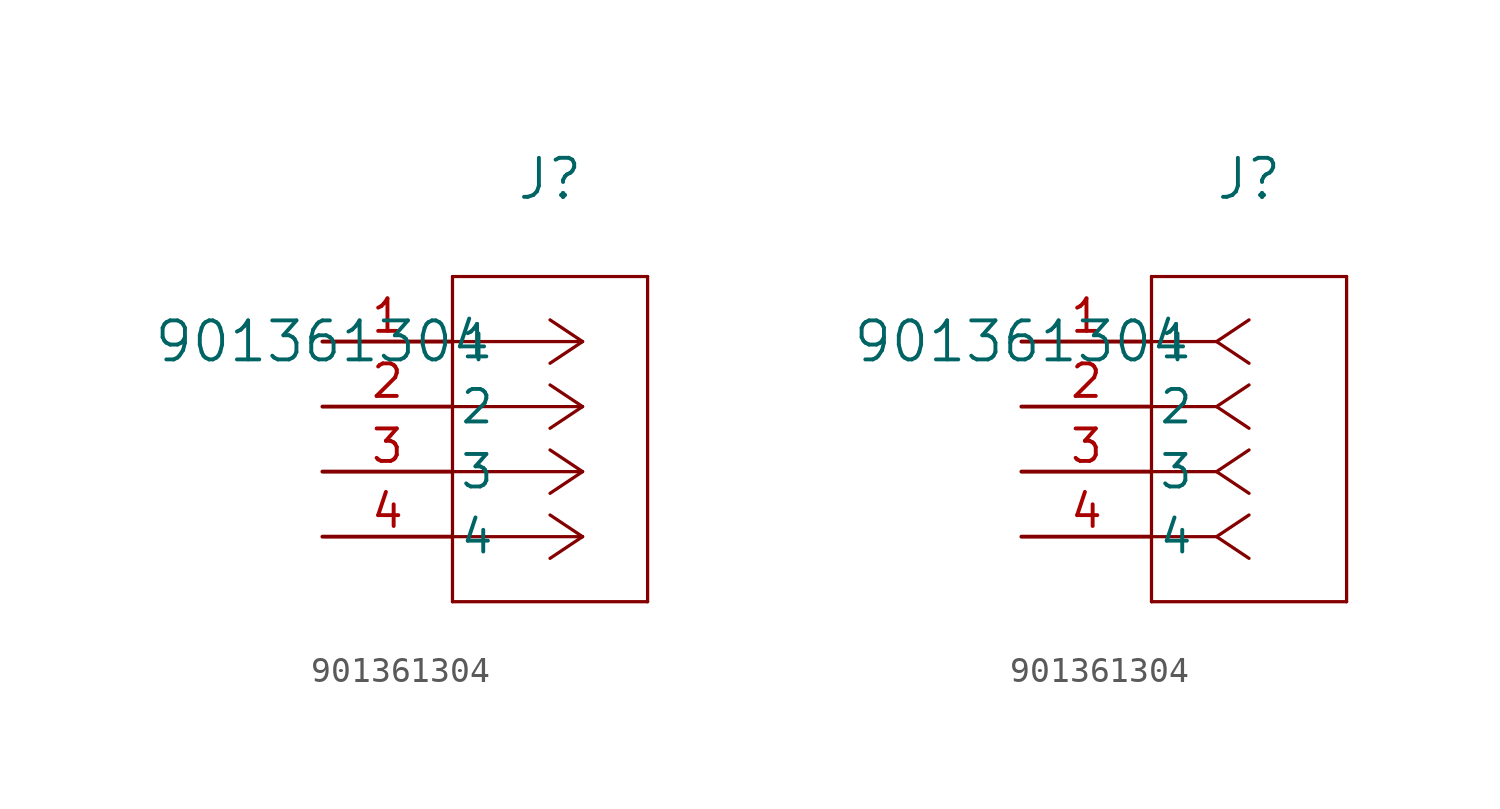
<source format=kicad_sym>
(kicad_symbol_lib
  (version 20211014)
  (generator kicad_symbol_editor)
  (symbol "901361304"
    (pin_names
      (offset 0.254))
    (property "Reference" "J"
      (at 8.89 6.35 0)
      (effects (font (size 1.524 1.524))))
    (property "Value" "901361304"
      (at 0 0 0)
      (effects (font (size 1.524 1.524))))
    (symbol "901361304_1_1"
      (polyline (pts (xy 10.16 0) (xy 5.08 0)) (stroke (width 0.127) (type default) (color 0 0 0 0)) (fill (type none)))
      (polyline (pts (xy 10.16 -2.54) (xy 5.08 -2.54)) (stroke (width 0.127) (type default) (color 0 0 0 0)) (fill (type none)))
      (polyline (pts (xy 10.16 -5.08) (xy 5.08 -5.08)) (stroke (width 0.127) (type default) (color 0 0 0 0)) (fill (type none)))
      (polyline (pts (xy 10.16 -7.62) (xy 5.08 -7.62)) (stroke (width 0.127) (type default) (color 0 0 0 0)) (fill (type none)))
      (polyline (pts (xy 10.16 0) (xy 8.89 0.847)) (stroke (width 0.127) (type default) (color 0 0 0 0)) (fill (type none)))
      (polyline (pts (xy 10.16 -2.54) (xy 8.89 -1.693)) (stroke (width 0.127) (type default) (color 0 0 0 0)) (fill (type none)))
      (polyline (pts (xy 10.16 -5.08) (xy 8.89 -4.233)) (stroke (width 0.127) (type default) (color 0 0 0 0)) (fill (type none)))
      (polyline (pts (xy 10.16 -7.62) (xy 8.89 -6.773)) (stroke (width 0.127) (type default) (color 0 0 0 0)) (fill (type none)))
      (polyline (pts (xy 10.16 0) (xy 8.89 -0.847)) (stroke (width 0.127) (type default) (color 0 0 0 0)) (fill (type none)))
      (polyline (pts (xy 10.16 -2.54) (xy 8.89 -3.387)) (stroke (width 0.127) (type default) (color 0 0 0 0)) (fill (type none)))
      (polyline (pts (xy 10.16 -5.08) (xy 8.89 -5.927)) (stroke (width 0.127) (type default) (color 0 0 0 0)) (fill (type none)))
      (polyline (pts (xy 10.16 -7.62) (xy 8.89 -8.467)) (stroke (width 0.127) (type default) (color 0 0 0 0)) (fill (type none)))
      (polyline (pts (xy 5.08 2.54) (xy 5.08 -10.16)) (stroke (width 0.127) (type default) (color 0 0 0 0)) (fill (type none)))
      (polyline (pts (xy 5.08 -10.16) (xy 12.7 -10.16)) (stroke (width 0.127) (type default) (color 0 0 0 0)) (fill (type none)))
      (polyline (pts (xy 12.7 -10.16) (xy 12.7 2.54)) (stroke (width 0.127) (type default) (color 0 0 0 0)) (fill (type none)))
      (polyline (pts (xy 12.7 2.54) (xy 5.08 2.54)) (stroke (width 0.127) (type default) (color 0 0 0 0)) (fill (type none)))
      (pin unspecified line (at 0 0 0) (length 5.08) (name "1" (effects (font (size 1.27 1.27)))) (number "1" (effects (font (size 1.27 1.27)))))
      (pin unspecified line (at 0 -2.54 0) (length 5.08) (name "2" (effects (font (size 1.27 1.27)))) (number "2" (effects (font (size 1.27 1.27)))))
      (pin unspecified line (at 0 -5.08 0) (length 5.08) (name "3" (effects (font (size 1.27 1.27)))) (number "3" (effects (font (size 1.27 1.27)))))
      (pin unspecified line (at 0 -7.62 0) (length 5.08) (name "4" (effects (font (size 1.27 1.27)))) (number "4" (effects (font (size 1.27 1.27))))))
    (symbol "901361304_1_2"
      (polyline (pts (xy 7.62 0) (xy 5.08 0)) (stroke (width 0.127) (type default) (color 0 0 0 0)) (fill (type none)))
      (polyline (pts (xy 7.62 -2.54) (xy 5.08 -2.54)) (stroke (width 0.127) (type default) (color 0 0 0 0)) (fill (type none)))
      (polyline (pts (xy 7.62 -5.08) (xy 5.08 -5.08)) (stroke (width 0.127) (type default) (color 0 0 0 0)) (fill (type none)))
      (polyline (pts (xy 7.62 -7.62) (xy 5.08 -7.62)) (stroke (width 0.127) (type default) (color 0 0 0 0)) (fill (type none)))
      (polyline (pts (xy 7.62 0) (xy 8.89 0.847)) (stroke (width 0.127) (type default) (color 0 0 0 0)) (fill (type none)))
      (polyline (pts (xy 7.62 -2.54) (xy 8.89 -1.693)) (stroke (width 0.127) (type default) (color 0 0 0 0)) (fill (type none)))
      (polyline (pts (xy 7.62 -5.08) (xy 8.89 -4.233)) (stroke (width 0.127) (type default) (color 0 0 0 0)) (fill (type none)))
      (polyline (pts (xy 7.62 -7.62) (xy 8.89 -6.773)) (stroke (width 0.127) (type default) (color 0 0 0 0)) (fill (type none)))
      (polyline (pts (xy 7.62 0) (xy 8.89 -0.847)) (stroke (width 0.127) (type default) (color 0 0 0 0)) (fill (type none)))
      (polyline (pts (xy 7.62 -2.54) (xy 8.89 -3.387)) (stroke (width 0.127) (type default) (color 0 0 0 0)) (fill (type none)))
      (polyline (pts (xy 7.62 -5.08) (xy 8.89 -5.927)) (stroke (width 0.127) (type default) (color 0 0 0 0)) (fill (type none)))
      (polyline (pts (xy 7.62 -7.62) (xy 8.89 -8.467)) (stroke (width 0.127) (type default) (color 0 0 0 0)) (fill (type none)))
      (polyline (pts (xy 5.08 2.54) (xy 5.08 -10.16)) (stroke (width 0.127) (type default) (color 0 0 0 0)) (fill (type none)))
      (polyline (pts (xy 5.08 -10.16) (xy 12.7 -10.16)) (stroke (width 0.127) (type default) (color 0 0 0 0)) (fill (type none)))
      (polyline (pts (xy 12.7 -10.16) (xy 12.7 2.54)) (stroke (width 0.127) (type default) (color 0 0 0 0)) (fill (type none)))
      (polyline (pts (xy 12.7 2.54) (xy 5.08 2.54)) (stroke (width 0.127) (type default) (color 0 0 0 0)) (fill (type none)))
      (pin unspecified line (at 0 0 0) (length 5.08) (name "1" (effects (font (size 1.27 1.27)))) (number "1" (effects (font (size 1.27 1.27)))))
      (pin unspecified line (at 0 -2.54 0) (length 5.08) (name "2" (effects (font (size 1.27 1.27)))) (number "2" (effects (font (size 1.27 1.27)))))
      (pin unspecified line (at 0 -5.08 0) (length 5.08) (name "3" (effects (font (size 1.27 1.27)))) (number "3" (effects (font (size 1.27 1.27)))))
      (pin unspecified line (at 0 -7.62 0) (length 5.08) (name "4" (effects (font (size 1.27 1.27)))) (number "4" (effects (font (size 1.27 1.27))))))))
</source>
